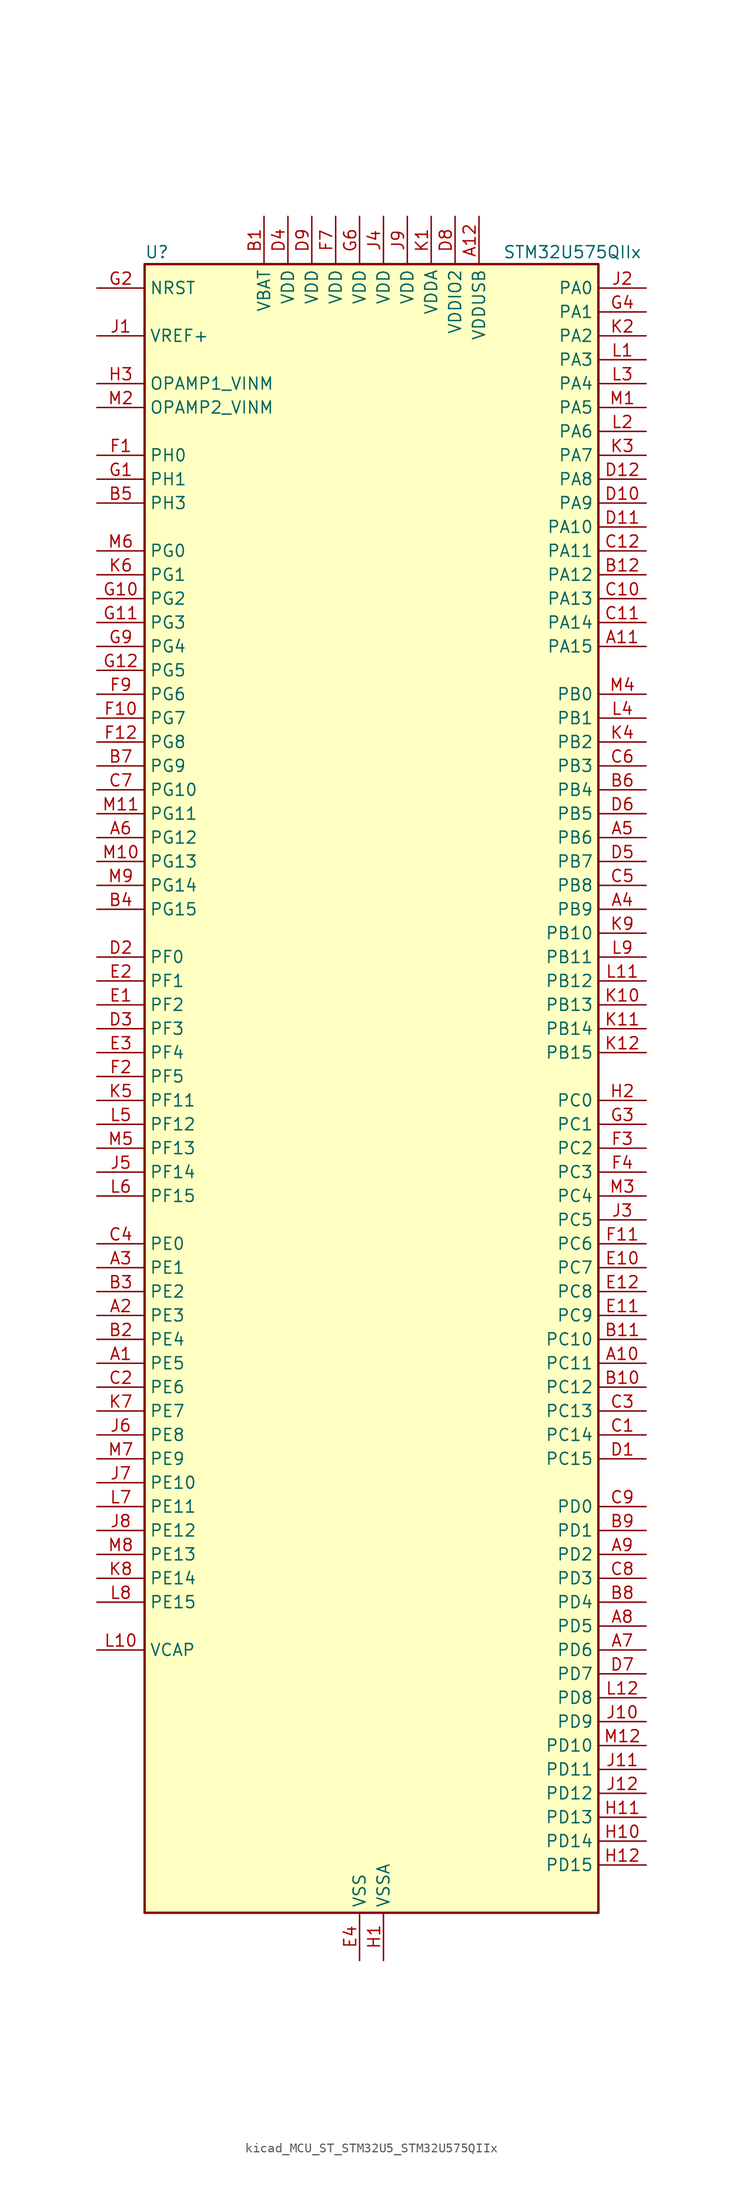
<source format=kicad_sym>
(kicad_symbol_lib
  (version 20220914)
  (generator kicad_symbol_editor)
  (symbol "kicad_MCU_ST_STM32U5_STM32U575QIIx"
    (property "Reference" "U"
      (at -22.86 90.17 0)
      (effects (font (size 1.27 1.27)) (justify left)))
    (property "Value" "STM32U575QIIx"
      (at 15.24 90.17 0)
      (effects (font (size 1.27 1.27)) (justify left)))
    (property "ki_locked" ""
      (at 0 0 0)
      (effects (font (size 1.27 1.27))))
    (symbol "kicad_MCU_ST_STM32U5_STM32U575QIIx_0_1"
      (rectangle (start -22.86 -86.36) (end 25.4 88.9) (stroke (width 0.254) (type default)) (fill (type background))))
    (symbol "kicad_MCU_ST_STM32U5_STM32U575QIIx_1_1"
      (pin bidirectional line (at -27.94 -27.94 0) (length 5.08) (name "PE5" (effects (font (size 1.27 1.27)))) (number "A1" (effects (font (size 1.27 1.27)))) (alternate "DCMI_D6" bidirectional line) (alternate "DEBUG_TRACED2" bidirectional line) (alternate "FMC_A21" bidirectional line) (alternate "MDF1_CKI3" bidirectional line) (alternate "PSSI_D6" bidirectional line) (alternate "PWR_WKUP2" bidirectional line) (alternate "SAI1_CK2" bidirectional line) (alternate "SAI1_SCK_A" bidirectional line) (alternate "TAMP_IN8" bidirectional line) (alternate "TAMP_OUT7" bidirectional line) (alternate "TIM3_CH3" bidirectional line) (alternate "TSC_G7_IO4" bidirectional line))
      (pin bidirectional line (at 30.48 -27.94 180) (length 5.08) (name "PC11" (effects (font (size 1.27 1.27)))) (number "A10" (effects (font (size 1.27 1.27)))) (alternate "ADC1_EXTI11" bidirectional line) (alternate "ADF1_SDI0" bidirectional line) (alternate "DCMI_D2" bidirectional line) (alternate "DCMI_D4" bidirectional line) (alternate "LPTIM3_IN1" bidirectional line) (alternate "OCTOSPIM_P1_NCS" bidirectional line) (alternate "PSSI_D2" bidirectional line) (alternate "PSSI_D4" bidirectional line) (alternate "SAI2_MCLK_B" bidirectional line) (alternate "SDMMC1_D3" bidirectional line) (alternate "SPI3_MISO" bidirectional line) (alternate "TSC_G3_IO3" bidirectional line) (alternate "UART4_RX" bidirectional line) (alternate "UCPD1_FRSTX2" bidirectional line) (alternate "USART3_RX" bidirectional line))
      (pin bidirectional line (at 30.48 48.26 180) (length 5.08) (name "PA15" (effects (font (size 1.27 1.27)))) (number "A11" (effects (font (size 1.27 1.27)))) (alternate "ADC1_EXTI15" bidirectional line) (alternate "ADC4_EXTI15" bidirectional line) (alternate "DEBUG_JTDI" bidirectional line) (alternate "SAI2_FS_B" bidirectional line) (alternate "SPI1_NSS" bidirectional line) (alternate "SPI3_NSS" bidirectional line) (alternate "TIM2_CH1" bidirectional line) (alternate "TIM2_ETR" bidirectional line) (alternate "UART4_DE" bidirectional line) (alternate "UART4_RTS" bidirectional line) (alternate "UCPD1_CC1" bidirectional line) (alternate "USART2_RX" bidirectional line) (alternate "USART3_DE" bidirectional line) (alternate "USART3_RTS" bidirectional line))
      (pin power_in line (at 12.7 93.98 270) (length 5.08) (name "VDDUSB" (effects (font (size 1.27 1.27)))) (number "A12" (effects (font (size 1.27 1.27)))))
      (pin bidirectional line (at -27.94 -22.86 0) (length 5.08) (name "PE3" (effects (font (size 1.27 1.27)))) (number "A2" (effects (font (size 1.27 1.27)))) (alternate "DEBUG_TRACED0" bidirectional line) (alternate "FMC_A19" bidirectional line) (alternate "OCTOSPIM_P1_DQS" bidirectional line) (alternate "SAI1_SD_B" bidirectional line) (alternate "TAMP_IN6" bidirectional line) (alternate "TAMP_OUT3" bidirectional line) (alternate "TIM3_CH1" bidirectional line) (alternate "TSC_G7_IO2" bidirectional line))
      (pin bidirectional line (at -27.94 -17.78 0) (length 5.08) (name "PE1" (effects (font (size 1.27 1.27)))) (number "A3" (effects (font (size 1.27 1.27)))) (alternate "DCMI_D3" bidirectional line) (alternate "FMC_NBL1" bidirectional line) (alternate "PSSI_D3" bidirectional line) (alternate "TIM17_CH1" bidirectional line))
      (pin bidirectional line (at 30.48 20.32 180) (length 5.08) (name "PB9" (effects (font (size 1.27 1.27)))) (number "A4" (effects (font (size 1.27 1.27)))) (alternate "DAC1_EXTI9" bidirectional line) (alternate "DCMI_D7" bidirectional line) (alternate "FDCAN1_TX" bidirectional line) (alternate "I2C1_SDA" bidirectional line) (alternate "IR_OUT" bidirectional line) (alternate "PSSI_D7" bidirectional line) (alternate "SAI1_D2" bidirectional line) (alternate "SAI1_FS_A" bidirectional line) (alternate "SDMMC1_CDIR" bidirectional line) (alternate "SDMMC1_D5" bidirectional line) (alternate "SDMMC2_D5" bidirectional line) (alternate "SPI2_NSS" bidirectional line) (alternate "TIM17_CH1" bidirectional line) (alternate "TIM4_CH4" bidirectional line))
      (pin bidirectional line (at 30.48 27.94 180) (length 5.08) (name "PB6" (effects (font (size 1.27 1.27)))) (number "A5" (effects (font (size 1.27 1.27)))) (alternate "COMP2_INP" bidirectional line) (alternate "DCMI_D5" bidirectional line) (alternate "I2C1_SCL" bidirectional line) (alternate "I2C4_SCL" bidirectional line) (alternate "LPTIM1_ETR" bidirectional line) (alternate "MDF1_SDI5" bidirectional line) (alternate "PSSI_D5" bidirectional line) (alternate "PWR_WKUP3" bidirectional line) (alternate "SAI1_FS_B" bidirectional line) (alternate "TIM16_CH1N" bidirectional line) (alternate "TIM4_CH1" bidirectional line) (alternate "TIM8_BKIN2" bidirectional line) (alternate "TSC_G2_IO3" bidirectional line) (alternate "USART1_TX" bidirectional line))
      (pin bidirectional line (at -27.94 27.94 0) (length 5.08) (name "PG12" (effects (font (size 1.27 1.27)))) (number "A6" (effects (font (size 1.27 1.27)))) (alternate "FMC_NE4" bidirectional line) (alternate "LPTIM1_ETR" bidirectional line) (alternate "OCTOSPIM_P2_NCS" bidirectional line) (alternate "SAI2_SD_A" bidirectional line) (alternate "SPI3_NSS" bidirectional line) (alternate "USART1_DE" bidirectional line) (alternate "USART1_RTS" bidirectional line))
      (pin bidirectional line (at 30.48 -58.42 180) (length 5.08) (name "PD6" (effects (font (size 1.27 1.27)))) (number "A7" (effects (font (size 1.27 1.27)))) (alternate "DCMI_D10" bidirectional line) (alternate "FMC_NWAIT" bidirectional line) (alternate "MDF1_SDI1" bidirectional line) (alternate "OCTOSPIM_P1_IO6" bidirectional line) (alternate "PSSI_D10" bidirectional line) (alternate "SAI1_D1" bidirectional line) (alternate "SAI1_SD_A" bidirectional line) (alternate "SDMMC2_CK" bidirectional line) (alternate "SPI3_MOSI" bidirectional line) (alternate "USART2_RX" bidirectional line))
      (pin bidirectional line (at 30.48 -55.88 180) (length 5.08) (name "PD5" (effects (font (size 1.27 1.27)))) (number "A8" (effects (font (size 1.27 1.27)))) (alternate "FMC_NWE" bidirectional line) (alternate "OCTOSPIM_P1_IO5" bidirectional line) (alternate "SPI2_RDY" bidirectional line) (alternate "USART2_TX" bidirectional line))
      (pin bidirectional line (at 30.48 -48.26 180) (length 5.08) (name "PD2" (effects (font (size 1.27 1.27)))) (number "A9" (effects (font (size 1.27 1.27)))) (alternate "DCMI_D11" bidirectional line) (alternate "DEBUG_TRACED2" bidirectional line) (alternate "LPTIM4_ETR" bidirectional line) (alternate "PSSI_D11" bidirectional line) (alternate "SDMMC1_CMD" bidirectional line) (alternate "TIM3_ETR" bidirectional line) (alternate "TSC_SYNC" bidirectional line) (alternate "UART5_RX" bidirectional line) (alternate "USART3_DE" bidirectional line) (alternate "USART3_RTS" bidirectional line))
      (pin power_in line (at -10.16 93.98 270) (length 5.08) (name "VBAT" (effects (font (size 1.27 1.27)))) (number "B1" (effects (font (size 1.27 1.27)))))
      (pin bidirectional line (at 30.48 -30.48 180) (length 5.08) (name "PC12" (effects (font (size 1.27 1.27)))) (number "B10" (effects (font (size 1.27 1.27)))) (alternate "DCMI_D9" bidirectional line) (alternate "DEBUG_TRACED3" bidirectional line) (alternate "PSSI_D9" bidirectional line) (alternate "SAI2_SD_B" bidirectional line) (alternate "SDMMC1_CK" bidirectional line) (alternate "SPI3_MOSI" bidirectional line) (alternate "TSC_G3_IO4" bidirectional line) (alternate "UART5_TX" bidirectional line) (alternate "USART3_CK" bidirectional line))
      (pin bidirectional line (at 30.48 -25.4 180) (length 5.08) (name "PC10" (effects (font (size 1.27 1.27)))) (number "B11" (effects (font (size 1.27 1.27)))) (alternate "ADF1_CCK1" bidirectional line) (alternate "DCMI_D8" bidirectional line) (alternate "DEBUG_TRACED1" bidirectional line) (alternate "LPTIM3_ETR" bidirectional line) (alternate "PSSI_D8" bidirectional line) (alternate "SAI2_SCK_B" bidirectional line) (alternate "SDMMC1_D2" bidirectional line) (alternate "SPI3_SCK" bidirectional line) (alternate "TSC_G3_IO2" bidirectional line) (alternate "UART4_TX" bidirectional line) (alternate "USART3_TX" bidirectional line))
      (pin bidirectional line (at 30.48 55.88 180) (length 5.08) (name "PA12" (effects (font (size 1.27 1.27)))) (number "B12" (effects (font (size 1.27 1.27)))) (alternate "FDCAN1_TX" bidirectional line) (alternate "OCTOSPIM_P2_NCS" bidirectional line) (alternate "SPI1_MOSI" bidirectional line) (alternate "TIM1_ETR" bidirectional line) (alternate "USART1_DE" bidirectional line) (alternate "USART1_RTS" bidirectional line) (alternate "USB_OTG_FS_DP" bidirectional line))
      (pin bidirectional line (at -27.94 -25.4 0) (length 5.08) (name "PE4" (effects (font (size 1.27 1.27)))) (number "B2" (effects (font (size 1.27 1.27)))) (alternate "DCMI_D4" bidirectional line) (alternate "DEBUG_TRACED1" bidirectional line) (alternate "FMC_A20" bidirectional line) (alternate "MDF1_SDI3" bidirectional line) (alternate "PSSI_D4" bidirectional line) (alternate "PWR_WKUP1" bidirectional line) (alternate "SAI1_D2" bidirectional line) (alternate "SAI1_FS_A" bidirectional line) (alternate "TAMP_IN7" bidirectional line) (alternate "TAMP_OUT8" bidirectional line) (alternate "TIM3_CH2" bidirectional line) (alternate "TSC_G7_IO3" bidirectional line))
      (pin bidirectional line (at -27.94 -20.32 0) (length 5.08) (name "PE2" (effects (font (size 1.27 1.27)))) (number "B3" (effects (font (size 1.27 1.27)))) (alternate "DEBUG_TRACECLK" bidirectional line) (alternate "FMC_A23" bidirectional line) (alternate "SAI1_CK1" bidirectional line) (alternate "SAI1_MCLK_A" bidirectional line) (alternate "TIM3_ETR" bidirectional line) (alternate "TSC_G7_IO1" bidirectional line))
      (pin bidirectional line (at -27.94 20.32 0) (length 5.08) (name "PG15" (effects (font (size 1.27 1.27)))) (number "B4" (effects (font (size 1.27 1.27)))) (alternate "ADC1_EXTI15" bidirectional line) (alternate "ADC4_EXTI15" bidirectional line) (alternate "DCMI_D13" bidirectional line) (alternate "I2C1_SMBA" bidirectional line) (alternate "LPTIM1_CH1" bidirectional line) (alternate "OCTOSPIM_P2_DQS" bidirectional line) (alternate "PSSI_D13" bidirectional line))
      (pin bidirectional line (at -27.94 63.5 0) (length 5.08) (name "PH3" (effects (font (size 1.27 1.27)))) (number "B5" (effects (font (size 1.27 1.27)))))
      (pin bidirectional line (at 30.48 33.02 180) (length 5.08) (name "PB4" (effects (font (size 1.27 1.27)))) (number "B6" (effects (font (size 1.27 1.27)))) (alternate "ADF1_SDI0" bidirectional line) (alternate "COMP2_INP" bidirectional line) (alternate "DCMI_D12" bidirectional line) (alternate "DEBUG_JTRST" bidirectional line) (alternate "I2C3_SDA" bidirectional line) (alternate "LPTIM1_CH2" bidirectional line) (alternate "PSSI_D12" bidirectional line) (alternate "SAI1_MCLK_B" bidirectional line) (alternate "SDMMC2_D3" bidirectional line) (alternate "SPI1_MISO" bidirectional line) (alternate "SPI3_MISO" bidirectional line) (alternate "TIM17_BKIN" bidirectional line) (alternate "TIM3_CH1" bidirectional line) (alternate "TSC_G2_IO1" bidirectional line) (alternate "UART5_DE" bidirectional line) (alternate "UART5_RTS" bidirectional line) (alternate "USART1_CTS" bidirectional line))
      (pin bidirectional line (at -27.94 35.56 0) (length 5.08) (name "PG9" (effects (font (size 1.27 1.27)))) (number "B7" (effects (font (size 1.27 1.27)))) (alternate "DAC1_EXTI9" bidirectional line) (alternate "FMC_NCE" bidirectional line) (alternate "FMC_NE2" bidirectional line) (alternate "OCTOSPIM_P2_IO6" bidirectional line) (alternate "SAI2_SCK_A" bidirectional line) (alternate "SPI3_SCK" bidirectional line) (alternate "TIM15_CH1N" bidirectional line) (alternate "USART1_TX" bidirectional line))
      (pin bidirectional line (at 30.48 -53.34 180) (length 5.08) (name "PD4" (effects (font (size 1.27 1.27)))) (number "B8" (effects (font (size 1.27 1.27)))) (alternate "FMC_NOE" bidirectional line) (alternate "MDF1_CKI0" bidirectional line) (alternate "OCTOSPIM_P1_IO4" bidirectional line) (alternate "SPI2_MOSI" bidirectional line) (alternate "USART2_DE" bidirectional line) (alternate "USART2_RTS" bidirectional line))
      (pin bidirectional line (at 30.48 -45.72 180) (length 5.08) (name "PD1" (effects (font (size 1.27 1.27)))) (number "B9" (effects (font (size 1.27 1.27)))) (alternate "FDCAN1_TX" bidirectional line) (alternate "FMC_D3" bidirectional line) (alternate "FMC_DA3" bidirectional line) (alternate "SPI2_SCK" bidirectional line))
      (pin bidirectional line (at 30.48 -35.56 180) (length 5.08) (name "PC14" (effects (font (size 1.27 1.27)))) (number "C1" (effects (font (size 1.27 1.27)))) (alternate "RCC_OSC32_IN" bidirectional line))
      (pin bidirectional line (at 30.48 53.34 180) (length 5.08) (name "PA13" (effects (font (size 1.27 1.27)))) (number "C10" (effects (font (size 1.27 1.27)))) (alternate "DEBUG_JTMS-SWDIO" bidirectional line) (alternate "IR_OUT" bidirectional line) (alternate "SAI1_SD_B" bidirectional line) (alternate "USB_OTG_FS_NOE" bidirectional line))
      (pin bidirectional line (at 30.48 50.8 180) (length 5.08) (name "PA14" (effects (font (size 1.27 1.27)))) (number "C11" (effects (font (size 1.27 1.27)))) (alternate "DEBUG_JTCK-SWCLK" bidirectional line) (alternate "I2C1_SMBA" bidirectional line) (alternate "I2C4_SMBA" bidirectional line) (alternate "LPTIM1_CH1" bidirectional line) (alternate "SAI1_FS_B" bidirectional line) (alternate "USB_OTG_FS_SOF" bidirectional line))
      (pin bidirectional line (at 30.48 58.42 180) (length 5.08) (name "PA11" (effects (font (size 1.27 1.27)))) (number "C12" (effects (font (size 1.27 1.27)))) (alternate "ADC1_EXTI11" bidirectional line) (alternate "FDCAN1_RX" bidirectional line) (alternate "SPI1_MISO" bidirectional line) (alternate "TIM1_BKIN2" bidirectional line) (alternate "TIM1_CH4" bidirectional line) (alternate "USART1_CTS" bidirectional line) (alternate "USB_OTG_FS_DM" bidirectional line))
      (pin bidirectional line (at -27.94 -30.48 0) (length 5.08) (name "PE6" (effects (font (size 1.27 1.27)))) (number "C2" (effects (font (size 1.27 1.27)))) (alternate "DCMI_D7" bidirectional line) (alternate "DEBUG_TRACED3" bidirectional line) (alternate "FMC_A22" bidirectional line) (alternate "PSSI_D7" bidirectional line) (alternate "PWR_WKUP3" bidirectional line) (alternate "SAI1_D1" bidirectional line) (alternate "SAI1_SD_A" bidirectional line) (alternate "TAMP_IN3" bidirectional line) (alternate "TAMP_OUT6" bidirectional line) (alternate "TIM3_CH4" bidirectional line))
      (pin bidirectional line (at 30.48 -33.02 180) (length 5.08) (name "PC13" (effects (font (size 1.27 1.27)))) (number "C3" (effects (font (size 1.27 1.27)))) (alternate "PWR_WKUP2" bidirectional line) (alternate "RTC_OUT1" bidirectional line) (alternate "RTC_TS" bidirectional line) (alternate "TAMP_IN1" bidirectional line) (alternate "TAMP_OUT2" bidirectional line))
      (pin bidirectional line (at -27.94 -15.24 0) (length 5.08) (name "PE0" (effects (font (size 1.27 1.27)))) (number "C4" (effects (font (size 1.27 1.27)))) (alternate "DCMI_D2" bidirectional line) (alternate "FMC_NBL0" bidirectional line) (alternate "PSSI_D2" bidirectional line) (alternate "TIM16_CH1" bidirectional line) (alternate "TIM4_ETR" bidirectional line))
      (pin bidirectional line (at 30.48 22.86 180) (length 5.08) (name "PB8" (effects (font (size 1.27 1.27)))) (number "C5" (effects (font (size 1.27 1.27)))) (alternate "DCMI_D6" bidirectional line) (alternate "FDCAN1_RX" bidirectional line) (alternate "I2C1_SCL" bidirectional line) (alternate "MDF1_CCK0" bidirectional line) (alternate "PSSI_D6" bidirectional line) (alternate "PWR_WKUP5" bidirectional line) (alternate "SAI1_CK1" bidirectional line) (alternate "SAI1_MCLK_A" bidirectional line) (alternate "SDMMC1_CKIN" bidirectional line) (alternate "SDMMC1_D4" bidirectional line) (alternate "SDMMC2_D4" bidirectional line) (alternate "SPI3_RDY" bidirectional line) (alternate "TIM16_CH1" bidirectional line) (alternate "TIM4_CH3" bidirectional line))
      (pin bidirectional line (at 30.48 35.56 180) (length 5.08) (name "PB3" (effects (font (size 1.27 1.27)))) (number "C6" (effects (font (size 1.27 1.27)))) (alternate "ADF1_CCK0" bidirectional line) (alternate "COMP2_INM" bidirectional line) (alternate "CRS_SYNC" bidirectional line) (alternate "DEBUG_JTDO-SWO" bidirectional line) (alternate "I2C1_SDA" bidirectional line) (alternate "LPTIM1_CH1" bidirectional line) (alternate "SAI1_SCK_B" bidirectional line) (alternate "SDMMC2_D2" bidirectional line) (alternate "SPI1_SCK" bidirectional line) (alternate "SPI3_SCK" bidirectional line) (alternate "TIM2_CH2" bidirectional line) (alternate "USART1_DE" bidirectional line) (alternate "USART1_RTS" bidirectional line))
      (pin bidirectional line (at -27.94 33.02 0) (length 5.08) (name "PG10" (effects (font (size 1.27 1.27)))) (number "C7" (effects (font (size 1.27 1.27)))) (alternate "FMC_NE3" bidirectional line) (alternate "LPTIM1_IN1" bidirectional line) (alternate "OCTOSPIM_P2_IO7" bidirectional line) (alternate "SAI2_FS_A" bidirectional line) (alternate "SPI3_MISO" bidirectional line) (alternate "TIM15_CH1" bidirectional line) (alternate "USART1_RX" bidirectional line))
      (pin bidirectional line (at 30.48 -50.8 180) (length 5.08) (name "PD3" (effects (font (size 1.27 1.27)))) (number "C8" (effects (font (size 1.27 1.27)))) (alternate "DCMI_D5" bidirectional line) (alternate "FMC_CLK" bidirectional line) (alternate "MDF1_SDI0" bidirectional line) (alternate "OCTOSPIM_P2_NCS" bidirectional line) (alternate "PSSI_D5" bidirectional line) (alternate "SPI2_MISO" bidirectional line) (alternate "SPI2_SCK" bidirectional line) (alternate "USART2_CTS" bidirectional line))
      (pin bidirectional line (at 30.48 -43.18 180) (length 5.08) (name "PD0" (effects (font (size 1.27 1.27)))) (number "C9" (effects (font (size 1.27 1.27)))) (alternate "FDCAN1_RX" bidirectional line) (alternate "FMC_D2" bidirectional line) (alternate "FMC_DA2" bidirectional line) (alternate "SPI2_NSS" bidirectional line) (alternate "TIM8_CH4N" bidirectional line))
      (pin bidirectional line (at 30.48 -38.1 180) (length 5.08) (name "PC15" (effects (font (size 1.27 1.27)))) (number "D1" (effects (font (size 1.27 1.27)))) (alternate "ADC1_EXTI15" bidirectional line) (alternate "ADC4_EXTI15" bidirectional line) (alternate "RCC_OSC32_OUT" bidirectional line))
      (pin bidirectional line (at 30.48 63.5 180) (length 5.08) (name "PA9" (effects (font (size 1.27 1.27)))) (number "D10" (effects (font (size 1.27 1.27)))) (alternate "DAC1_EXTI9" bidirectional line) (alternate "DCMI_D0" bidirectional line) (alternate "PSSI_D0" bidirectional line) (alternate "SAI1_FS_A" bidirectional line) (alternate "SPI2_SCK" bidirectional line) (alternate "TIM15_BKIN" bidirectional line) (alternate "TIM1_CH2" bidirectional line) (alternate "USART1_TX" bidirectional line) (alternate "USB_OTG_FS_VBUS" bidirectional line))
      (pin bidirectional line (at 30.48 60.96 180) (length 5.08) (name "PA10" (effects (font (size 1.27 1.27)))) (number "D11" (effects (font (size 1.27 1.27)))) (alternate "CRS_SYNC" bidirectional line) (alternate "DCMI_D1" bidirectional line) (alternate "LPTIM2_IN2" bidirectional line) (alternate "PSSI_D1" bidirectional line) (alternate "SAI1_D1" bidirectional line) (alternate "SAI1_SD_A" bidirectional line) (alternate "TIM17_BKIN" bidirectional line) (alternate "TIM1_CH3" bidirectional line) (alternate "USART1_RX" bidirectional line) (alternate "USB_OTG_FS_ID" bidirectional line))
      (pin bidirectional line (at 30.48 66.04 180) (length 5.08) (name "PA8" (effects (font (size 1.27 1.27)))) (number "D12" (effects (font (size 1.27 1.27)))) (alternate "DEBUG_TRACECLK" bidirectional line) (alternate "LPTIM2_CH1" bidirectional line) (alternate "RCC_MCO" bidirectional line) (alternate "SAI1_CK2" bidirectional line) (alternate "SAI1_SCK_A" bidirectional line) (alternate "SPI1_RDY" bidirectional line) (alternate "TIM1_CH1" bidirectional line) (alternate "USART1_CK" bidirectional line) (alternate "USB_OTG_FS_SOF" bidirectional line))
      (pin bidirectional line (at -27.94 15.24 0) (length 5.08) (name "PF0" (effects (font (size 1.27 1.27)))) (number "D2" (effects (font (size 1.27 1.27)))) (alternate "FMC_A0" bidirectional line) (alternate "I2C2_SDA" bidirectional line) (alternate "OCTOSPIM_P2_IO0" bidirectional line))
      (pin bidirectional line (at -27.94 7.62 0) (length 5.08) (name "PF3" (effects (font (size 1.27 1.27)))) (number "D3" (effects (font (size 1.27 1.27)))) (alternate "FMC_A3" bidirectional line) (alternate "LPTIM3_IN1" bidirectional line) (alternate "OCTOSPIM_P2_IO3" bidirectional line))
      (pin power_in line (at -7.62 93.98 270) (length 5.08) (name "VDD" (effects (font (size 1.27 1.27)))) (number "D4" (effects (font (size 1.27 1.27)))))
      (pin bidirectional line (at 30.48 25.4 180) (length 5.08) (name "PB7" (effects (font (size 1.27 1.27)))) (number "D5" (effects (font (size 1.27 1.27)))) (alternate "COMP2_INM" bidirectional line) (alternate "DCMI_VSYNC" bidirectional line) (alternate "FMC_NL" bidirectional line) (alternate "I2C1_SDA" bidirectional line) (alternate "I2C4_SDA" bidirectional line) (alternate "LPTIM1_IN2" bidirectional line) (alternate "MDF1_CKI5" bidirectional line) (alternate "PSSI_RDY" bidirectional line) (alternate "PWR_PVD_IN" bidirectional line) (alternate "PWR_WKUP4" bidirectional line) (alternate "TIM17_CH1N" bidirectional line) (alternate "TIM4_CH2" bidirectional line) (alternate "TIM8_BKIN" bidirectional line) (alternate "TSC_G2_IO4" bidirectional line) (alternate "UART4_CTS" bidirectional line) (alternate "USART1_RX" bidirectional line))
      (pin bidirectional line (at 30.48 30.48 180) (length 5.08) (name "PB5" (effects (font (size 1.27 1.27)))) (number "D6" (effects (font (size 1.27 1.27)))) (alternate "COMP2_OUT" bidirectional line) (alternate "DCMI_D10" bidirectional line) (alternate "I2C1_SMBA" bidirectional line) (alternate "LPTIM1_IN1" bidirectional line) (alternate "OCTOSPIM_P1_NCLK" bidirectional line) (alternate "PSSI_D10" bidirectional line) (alternate "PWR_WKUP6" bidirectional line) (alternate "SAI1_SD_B" bidirectional line) (alternate "SPI1_MOSI" bidirectional line) (alternate "SPI3_MOSI" bidirectional line) (alternate "TIM16_BKIN" bidirectional line) (alternate "TIM3_CH2" bidirectional line) (alternate "TSC_G2_IO2" bidirectional line) (alternate "UART5_CTS" bidirectional line) (alternate "UCPD1_DBCC1" bidirectional line) (alternate "USART1_CK" bidirectional line))
      (pin bidirectional line (at 30.48 -60.96 180) (length 5.08) (name "PD7" (effects (font (size 1.27 1.27)))) (number "D7" (effects (font (size 1.27 1.27)))) (alternate "FMC_NCE" bidirectional line) (alternate "FMC_NE1" bidirectional line) (alternate "LPTIM4_OUT" bidirectional line) (alternate "MDF1_CKI1" bidirectional line) (alternate "OCTOSPIM_P1_IO7" bidirectional line) (alternate "SDMMC2_CMD" bidirectional line) (alternate "USART2_CK" bidirectional line))
      (pin power_in line (at 10.16 93.98 270) (length 5.08) (name "VDDIO2" (effects (font (size 1.27 1.27)))) (number "D8" (effects (font (size 1.27 1.27)))))
      (pin power_in line (at -5.08 93.98 270) (length 5.08) (name "VDD" (effects (font (size 1.27 1.27)))) (number "D9" (effects (font (size 1.27 1.27)))))
      (pin bidirectional line (at -27.94 10.16 0) (length 5.08) (name "PF2" (effects (font (size 1.27 1.27)))) (number "E1" (effects (font (size 1.27 1.27)))) (alternate "FMC_A2" bidirectional line) (alternate "I2C2_SMBA" bidirectional line) (alternate "LPTIM3_CH2" bidirectional line) (alternate "OCTOSPIM_P2_IO2" bidirectional line) (alternate "PWR_WKUP8" bidirectional line))
      (pin bidirectional line (at 30.48 -17.78 180) (length 5.08) (name "PC7" (effects (font (size 1.27 1.27)))) (number "E10" (effects (font (size 1.27 1.27)))) (alternate "DCMI_D1" bidirectional line) (alternate "LPTIM2_CH2" bidirectional line) (alternate "MDF1_SDI3" bidirectional line) (alternate "PSSI_D1" bidirectional line) (alternate "PWR_CDSTOP" bidirectional line) (alternate "SAI2_MCLK_B" bidirectional line) (alternate "SDMMC1_D123DIR" bidirectional line) (alternate "SDMMC1_D7" bidirectional line) (alternate "SDMMC2_D7" bidirectional line) (alternate "TIM3_CH2" bidirectional line) (alternate "TIM8_CH2" bidirectional line) (alternate "TSC_G4_IO2" bidirectional line))
      (pin bidirectional line (at 30.48 -22.86 180) (length 5.08) (name "PC9" (effects (font (size 1.27 1.27)))) (number "E11" (effects (font (size 1.27 1.27)))) (alternate "DAC1_EXTI9" bidirectional line) (alternate "DCMI_D3" bidirectional line) (alternate "DEBUG_TRACED0" bidirectional line) (alternate "LPTIM3_CH2" bidirectional line) (alternate "PSSI_D3" bidirectional line) (alternate "SDMMC1_D1" bidirectional line) (alternate "TIM3_CH4" bidirectional line) (alternate "TIM8_BKIN2" bidirectional line) (alternate "TIM8_CH4" bidirectional line) (alternate "TSC_G4_IO4" bidirectional line) (alternate "USB_OTG_FS_NOE" bidirectional line))
      (pin bidirectional line (at 30.48 -20.32 180) (length 5.08) (name "PC8" (effects (font (size 1.27 1.27)))) (number "E12" (effects (font (size 1.27 1.27)))) (alternate "DCMI_D2" bidirectional line) (alternate "LPTIM3_CH1" bidirectional line) (alternate "PSSI_D2" bidirectional line) (alternate "PWR_SRDSTOP" bidirectional line) (alternate "SDMMC1_D0" bidirectional line) (alternate "TIM3_CH3" bidirectional line) (alternate "TIM8_CH3" bidirectional line) (alternate "TSC_G4_IO3" bidirectional line))
      (pin bidirectional line (at -27.94 12.7 0) (length 5.08) (name "PF1" (effects (font (size 1.27 1.27)))) (number "E2" (effects (font (size 1.27 1.27)))) (alternate "FMC_A1" bidirectional line) (alternate "I2C2_SCL" bidirectional line) (alternate "OCTOSPIM_P2_IO1" bidirectional line))
      (pin bidirectional line (at -27.94 5.08 0) (length 5.08) (name "PF4" (effects (font (size 1.27 1.27)))) (number "E3" (effects (font (size 1.27 1.27)))) (alternate "FMC_A4" bidirectional line) (alternate "LPTIM3_ETR" bidirectional line) (alternate "OCTOSPIM_P2_CLK" bidirectional line))
      (pin power_in line (at 0 -91.44 90) (length 5.08) (name "VSS" (effects (font (size 1.27 1.27)))) (number "E4" (effects (font (size 1.27 1.27)))))
      (pin passive line (at 0 -91.44 90) (length 5.08) hide (name "VSS" (effects (font (size 1.27 1.27)))) (number "E9" (effects (font (size 1.27 1.27)))))
      (pin bidirectional line (at -27.94 68.58 0) (length 5.08) (name "PH0" (effects (font (size 1.27 1.27)))) (number "F1" (effects (font (size 1.27 1.27)))) (alternate "RCC_OSC_IN" bidirectional line))
      (pin bidirectional line (at -27.94 40.64 0) (length 5.08) (name "PG7" (effects (font (size 1.27 1.27)))) (number "F10" (effects (font (size 1.27 1.27)))) (alternate "FMC_INT" bidirectional line) (alternate "I2C3_SCL" bidirectional line) (alternate "LPUART1_TX" bidirectional line) (alternate "MDF1_CCK0" bidirectional line) (alternate "OCTOSPIM_P2_DQS" bidirectional line) (alternate "SAI1_CK1" bidirectional line) (alternate "SAI1_MCLK_A" bidirectional line) (alternate "UCPD1_FRSTX2" bidirectional line))
      (pin bidirectional line (at 30.48 -15.24 180) (length 5.08) (name "PC6" (effects (font (size 1.27 1.27)))) (number "F11" (effects (font (size 1.27 1.27)))) (alternate "DCMI_D0" bidirectional line) (alternate "MDF1_CKI3" bidirectional line) (alternate "PSSI_D0" bidirectional line) (alternate "PWR_CSLEEP" bidirectional line) (alternate "SAI2_MCLK_A" bidirectional line) (alternate "SDMMC1_D0DIR" bidirectional line) (alternate "SDMMC1_D6" bidirectional line) (alternate "SDMMC2_D6" bidirectional line) (alternate "TIM3_CH1" bidirectional line) (alternate "TIM8_CH1" bidirectional line) (alternate "TSC_G4_IO1" bidirectional line))
      (pin bidirectional line (at -27.94 38.1 0) (length 5.08) (name "PG8" (effects (font (size 1.27 1.27)))) (number "F12" (effects (font (size 1.27 1.27)))) (alternate "I2C3_SDA" bidirectional line) (alternate "LPUART1_RX" bidirectional line))
      (pin bidirectional line (at -27.94 2.54 0) (length 5.08) (name "PF5" (effects (font (size 1.27 1.27)))) (number "F2" (effects (font (size 1.27 1.27)))) (alternate "FMC_A5" bidirectional line) (alternate "LPTIM3_CH1" bidirectional line) (alternate "OCTOSPIM_P2_NCLK" bidirectional line))
      (pin bidirectional line (at 30.48 -5.08 180) (length 5.08) (name "PC2" (effects (font (size 1.27 1.27)))) (number "F3" (effects (font (size 1.27 1.27)))) (alternate "ADC1_IN3" bidirectional line) (alternate "ADC4_IN3" bidirectional line) (alternate "LPTIM1_IN2" bidirectional line) (alternate "MDF1_CCK1" bidirectional line) (alternate "OCTOSPIM_P1_IO5" bidirectional line) (alternate "SPI2_MISO" bidirectional line))
      (pin bidirectional line (at 30.48 -7.62 180) (length 5.08) (name "PC3" (effects (font (size 1.27 1.27)))) (number "F4" (effects (font (size 1.27 1.27)))) (alternate "ADC1_IN4" bidirectional line) (alternate "ADC4_IN4" bidirectional line) (alternate "LPTIM1_ETR" bidirectional line) (alternate "LPTIM2_ETR" bidirectional line) (alternate "LPTIM3_CH1" bidirectional line) (alternate "OCTOSPIM_P1_IO6" bidirectional line) (alternate "SAI1_D1" bidirectional line) (alternate "SAI1_SD_A" bidirectional line) (alternate "SPI2_MOSI" bidirectional line))
      (pin passive line (at 0 -91.44 90) (length 5.08) hide (name "VSS" (effects (font (size 1.27 1.27)))) (number "F6" (effects (font (size 1.27 1.27)))))
      (pin power_in line (at -2.54 93.98 270) (length 5.08) (name "VDD" (effects (font (size 1.27 1.27)))) (number "F7" (effects (font (size 1.27 1.27)))))
      (pin bidirectional line (at -27.94 43.18 0) (length 5.08) (name "PG6" (effects (font (size 1.27 1.27)))) (number "F9" (effects (font (size 1.27 1.27)))) (alternate "I2C3_SMBA" bidirectional line) (alternate "LPUART1_DE" bidirectional line) (alternate "LPUART1_RTS" bidirectional line) (alternate "OCTOSPIM_P1_DQS" bidirectional line) (alternate "SPI1_RDY" bidirectional line) (alternate "UCPD1_FRSTX1" bidirectional line))
      (pin bidirectional line (at -27.94 66.04 0) (length 5.08) (name "PH1" (effects (font (size 1.27 1.27)))) (number "G1" (effects (font (size 1.27 1.27)))) (alternate "RCC_OSC_OUT" bidirectional line))
      (pin bidirectional line (at -27.94 53.34 0) (length 5.08) (name "PG2" (effects (font (size 1.27 1.27)))) (number "G10" (effects (font (size 1.27 1.27)))) (alternate "FMC_A12" bidirectional line) (alternate "SAI2_SCK_B" bidirectional line) (alternate "SPI1_SCK" bidirectional line))
      (pin bidirectional line (at -27.94 50.8 0) (length 5.08) (name "PG3" (effects (font (size 1.27 1.27)))) (number "G11" (effects (font (size 1.27 1.27)))) (alternate "FMC_A13" bidirectional line) (alternate "SAI2_FS_B" bidirectional line) (alternate "SPI1_MISO" bidirectional line))
      (pin bidirectional line (at -27.94 45.72 0) (length 5.08) (name "PG5" (effects (font (size 1.27 1.27)))) (number "G12" (effects (font (size 1.27 1.27)))) (alternate "FMC_A15" bidirectional line) (alternate "LPUART1_CTS" bidirectional line) (alternate "SAI2_SD_B" bidirectional line) (alternate "SPI1_NSS" bidirectional line))
      (pin input line (at -27.94 86.36 0) (length 5.08) (name "NRST" (effects (font (size 1.27 1.27)))) (number "G2" (effects (font (size 1.27 1.27)))))
      (pin bidirectional line (at 30.48 -2.54 180) (length 5.08) (name "PC1" (effects (font (size 1.27 1.27)))) (number "G3" (effects (font (size 1.27 1.27)))) (alternate "ADC1_IN2" bidirectional line) (alternate "ADC4_IN2" bidirectional line) (alternate "DEBUG_TRACED0" bidirectional line) (alternate "I2C3_SDA" bidirectional line) (alternate "LPTIM1_CH1" bidirectional line) (alternate "LPUART1_TX" bidirectional line) (alternate "MDF1_CKI4" bidirectional line) (alternate "OCTOSPIM_P1_IO4" bidirectional line) (alternate "SAI1_SD_A" bidirectional line) (alternate "SDMMC2_CK" bidirectional line) (alternate "SPI2_MOSI" bidirectional line))
      (pin bidirectional line (at 30.48 83.82 180) (length 5.08) (name "PA1" (effects (font (size 1.27 1.27)))) (number "G4" (effects (font (size 1.27 1.27)))) (alternate "ADC1_IN6" bidirectional line) (alternate "I2C1_SMBA" bidirectional line) (alternate "LPTIM1_CH2" bidirectional line) (alternate "OCTOSPIM_P1_DQS" bidirectional line) (alternate "OPAMP1_VINM" bidirectional line) (alternate "PWR_WKUP3" bidirectional line) (alternate "SPI1_SCK" bidirectional line) (alternate "TAMP_IN5" bidirectional line) (alternate "TAMP_OUT4" bidirectional line) (alternate "TIM15_CH1N" bidirectional line) (alternate "TIM2_CH2" bidirectional line) (alternate "TIM5_CH2" bidirectional line) (alternate "UART4_RX" bidirectional line) (alternate "USART2_DE" bidirectional line) (alternate "USART2_RTS" bidirectional line))
      (pin power_in line (at 0 93.98 270) (length 5.08) (name "VDD" (effects (font (size 1.27 1.27)))) (number "G6" (effects (font (size 1.27 1.27)))))
      (pin passive line (at 0 -91.44 90) (length 5.08) hide (name "VSS" (effects (font (size 1.27 1.27)))) (number "G7" (effects (font (size 1.27 1.27)))))
      (pin bidirectional line (at -27.94 48.26 0) (length 5.08) (name "PG4" (effects (font (size 1.27 1.27)))) (number "G9" (effects (font (size 1.27 1.27)))) (alternate "FMC_A14" bidirectional line) (alternate "SAI2_MCLK_B" bidirectional line) (alternate "SPI1_MOSI" bidirectional line))
      (pin power_in line (at 2.54 -91.44 90) (length 5.08) (name "VSSA" (effects (font (size 1.27 1.27)))) (number "H1" (effects (font (size 1.27 1.27)))))
      (pin bidirectional line (at 30.48 -78.74 180) (length 5.08) (name "PD14" (effects (font (size 1.27 1.27)))) (number "H10" (effects (font (size 1.27 1.27)))) (alternate "FMC_D0" bidirectional line) (alternate "FMC_DA0" bidirectional line) (alternate "LPTIM3_CH1" bidirectional line) (alternate "TIM4_CH3" bidirectional line))
      (pin bidirectional line (at 30.48 -76.2 180) (length 5.08) (name "PD13" (effects (font (size 1.27 1.27)))) (number "H11" (effects (font (size 1.27 1.27)))) (alternate "ADC4_IN17" bidirectional line) (alternate "FMC_A18" bidirectional line) (alternate "I2C4_SDA" bidirectional line) (alternate "LPTIM2_CH1" bidirectional line) (alternate "LPTIM4_IN1" bidirectional line) (alternate "TIM4_CH2" bidirectional line) (alternate "TSC_G6_IO4" bidirectional line))
      (pin bidirectional line (at 30.48 -81.28 180) (length 5.08) (name "PD15" (effects (font (size 1.27 1.27)))) (number "H12" (effects (font (size 1.27 1.27)))) (alternate "ADC1_EXTI15" bidirectional line) (alternate "ADC4_EXTI15" bidirectional line) (alternate "FMC_D1" bidirectional line) (alternate "FMC_DA1" bidirectional line) (alternate "LPTIM3_CH2" bidirectional line) (alternate "TIM4_CH4" bidirectional line))
      (pin bidirectional line (at 30.48 0 180) (length 5.08) (name "PC0" (effects (font (size 1.27 1.27)))) (number "H2" (effects (font (size 1.27 1.27)))) (alternate "ADC1_IN1" bidirectional line) (alternate "ADC4_IN1" bidirectional line) (alternate "I2C3_SCL" bidirectional line) (alternate "LPTIM1_IN1" bidirectional line) (alternate "LPTIM2_IN1" bidirectional line) (alternate "LPUART1_RX" bidirectional line) (alternate "MDF1_SDI4" bidirectional line) (alternate "OCTOSPIM_P1_IO7" bidirectional line) (alternate "SAI2_FS_A" bidirectional line) (alternate "SDMMC1_D5" bidirectional line) (alternate "SPI2_RDY" bidirectional line))
      (pin bidirectional line (at -27.94 76.2 0) (length 5.08) (name "OPAMP1_VINM" (effects (font (size 1.27 1.27)))) (number "H3" (effects (font (size 1.27 1.27)))) (alternate "OPAMP1_VINM" bidirectional line))
      (pin passive line (at 0 -91.44 90) (length 5.08) hide (name "VSS" (effects (font (size 1.27 1.27)))) (number "H4" (effects (font (size 1.27 1.27)))))
      (pin passive line (at 0 -91.44 90) (length 5.08) hide (name "VSS" (effects (font (size 1.27 1.27)))) (number "H9" (effects (font (size 1.27 1.27)))))
      (pin input line (at -27.94 81.28 0) (length 5.08) (name "VREF+" (effects (font (size 1.27 1.27)))) (number "J1" (effects (font (size 1.27 1.27)))) (alternate "VREFBUF_OUT" bidirectional line))
      (pin bidirectional line (at 30.48 -66.04 180) (length 5.08) (name "PD9" (effects (font (size 1.27 1.27)))) (number "J10" (effects (font (size 1.27 1.27)))) (alternate "DAC1_EXTI9" bidirectional line) (alternate "DCMI_PIXCLK" bidirectional line) (alternate "FMC_D14" bidirectional line) (alternate "FMC_DA14" bidirectional line) (alternate "LPTIM2_IN2" bidirectional line) (alternate "LPTIM3_IN1" bidirectional line) (alternate "PSSI_PDCK" bidirectional line) (alternate "SAI2_MCLK_A" bidirectional line) (alternate "USART3_RX" bidirectional line))
      (pin bidirectional line (at 30.48 -71.12 180) (length 5.08) (name "PD11" (effects (font (size 1.27 1.27)))) (number "J11" (effects (font (size 1.27 1.27)))) (alternate "ADC1_EXTI11" bidirectional line) (alternate "ADC4_IN15" bidirectional line) (alternate "FMC_A16" bidirectional line) (alternate "FMC_CLE" bidirectional line) (alternate "I2C4_SMBA" bidirectional line) (alternate "LPTIM2_ETR" bidirectional line) (alternate "SAI2_SD_A" bidirectional line) (alternate "TSC_G6_IO2" bidirectional line) (alternate "USART3_CTS" bidirectional line))
      (pin bidirectional line (at 30.48 -73.66 180) (length 5.08) (name "PD12" (effects (font (size 1.27 1.27)))) (number "J12" (effects (font (size 1.27 1.27)))) (alternate "ADC4_IN16" bidirectional line) (alternate "FMC_A17" bidirectional line) (alternate "FMC_ALE" bidirectional line) (alternate "I2C4_SCL" bidirectional line) (alternate "LPTIM2_IN1" bidirectional line) (alternate "SAI2_FS_A" bidirectional line) (alternate "TIM4_CH1" bidirectional line) (alternate "TSC_G6_IO3" bidirectional line) (alternate "USART3_DE" bidirectional line) (alternate "USART3_RTS" bidirectional line))
      (pin bidirectional line (at 30.48 86.36 180) (length 5.08) (name "PA0" (effects (font (size 1.27 1.27)))) (number "J2" (effects (font (size 1.27 1.27)))) (alternate "ADC1_IN5" bidirectional line) (alternate "AUDIOCLK" bidirectional line) (alternate "OCTOSPIM_P2_NCS" bidirectional line) (alternate "OPAMP1_VINP" bidirectional line) (alternate "PWR_WKUP1" bidirectional line) (alternate "SDMMC2_CMD" bidirectional line) (alternate "SPI3_RDY" bidirectional line) (alternate "TAMP_IN2" bidirectional line) (alternate "TAMP_OUT1" bidirectional line) (alternate "TIM2_CH1" bidirectional line) (alternate "TIM2_ETR" bidirectional line) (alternate "TIM5_CH1" bidirectional line) (alternate "TIM8_ETR" bidirectional line) (alternate "UART4_TX" bidirectional line) (alternate "USART2_CTS" bidirectional line))
      (pin bidirectional line (at 30.48 -12.7 180) (length 5.08) (name "PC5" (effects (font (size 1.27 1.27)))) (number "J3" (effects (font (size 1.27 1.27)))) (alternate "ADC1_IN14" bidirectional line) (alternate "ADC4_IN23" bidirectional line) (alternate "COMP1_INP" bidirectional line) (alternate "PSSI_D15" bidirectional line) (alternate "PWR_WKUP5" bidirectional line) (alternate "SAI1_D3" bidirectional line) (alternate "TAMP_IN4" bidirectional line) (alternate "TAMP_OUT5" bidirectional line) (alternate "TIM1_CH4N" bidirectional line) (alternate "USART3_RX" bidirectional line))
      (pin power_in line (at 2.54 93.98 270) (length 5.08) (name "VDD" (effects (font (size 1.27 1.27)))) (number "J4" (effects (font (size 1.27 1.27)))))
      (pin bidirectional line (at -27.94 -7.62 0) (length 5.08) (name "PF14" (effects (font (size 1.27 1.27)))) (number "J5" (effects (font (size 1.27 1.27)))) (alternate "ADC4_IN5" bidirectional line) (alternate "FMC_A8" bidirectional line) (alternate "I2C4_SCL" bidirectional line) (alternate "TSC_G8_IO1" bidirectional line))
      (pin bidirectional line (at -27.94 -35.56 0) (length 5.08) (name "PE8" (effects (font (size 1.27 1.27)))) (number "J6" (effects (font (size 1.27 1.27)))) (alternate "FMC_D5" bidirectional line) (alternate "FMC_DA5" bidirectional line) (alternate "MDF1_CKI2" bidirectional line) (alternate "PWR_WKUP7" bidirectional line) (alternate "SAI1_SCK_B" bidirectional line) (alternate "TIM1_CH1N" bidirectional line))
      (pin bidirectional line (at -27.94 -40.64 0) (length 5.08) (name "PE10" (effects (font (size 1.27 1.27)))) (number "J7" (effects (font (size 1.27 1.27)))) (alternate "ADF1_SDI0" bidirectional line) (alternate "FMC_D7" bidirectional line) (alternate "FMC_DA7" bidirectional line) (alternate "MDF1_SDI4" bidirectional line) (alternate "OCTOSPIM_P1_CLK" bidirectional line) (alternate "SAI1_MCLK_B" bidirectional line) (alternate "TIM1_CH2N" bidirectional line) (alternate "TSC_G5_IO1" bidirectional line))
      (pin bidirectional line (at -27.94 -45.72 0) (length 5.08) (name "PE12" (effects (font (size 1.27 1.27)))) (number "J8" (effects (font (size 1.27 1.27)))) (alternate "FMC_D9" bidirectional line) (alternate "FMC_DA9" bidirectional line) (alternate "MDF1_SDI5" bidirectional line) (alternate "OCTOSPIM_P1_IO0" bidirectional line) (alternate "SPI1_NSS" bidirectional line) (alternate "TIM1_CH3N" bidirectional line) (alternate "TSC_G5_IO3" bidirectional line))
      (pin power_in line (at 5.08 93.98 270) (length 5.08) (name "VDD" (effects (font (size 1.27 1.27)))) (number "J9" (effects (font (size 1.27 1.27)))))
      (pin power_in line (at 7.62 93.98 270) (length 5.08) (name "VDDA" (effects (font (size 1.27 1.27)))) (number "K1" (effects (font (size 1.27 1.27)))))
      (pin bidirectional line (at 30.48 10.16 180) (length 5.08) (name "PB13" (effects (font (size 1.27 1.27)))) (number "K10" (effects (font (size 1.27 1.27)))) (alternate "I2C2_SCL" bidirectional line) (alternate "LPTIM3_IN1" bidirectional line) (alternate "LPUART1_CTS" bidirectional line) (alternate "MDF1_CKI1" bidirectional line) (alternate "SAI2_SCK_A" bidirectional line) (alternate "SPI2_SCK" bidirectional line) (alternate "TIM15_CH1N" bidirectional line) (alternate "TIM1_CH1N" bidirectional line) (alternate "TSC_G1_IO2" bidirectional line) (alternate "USART3_CTS" bidirectional line))
      (pin bidirectional line (at 30.48 7.62 180) (length 5.08) (name "PB14" (effects (font (size 1.27 1.27)))) (number "K11" (effects (font (size 1.27 1.27)))) (alternate "I2C2_SDA" bidirectional line) (alternate "LPTIM3_ETR" bidirectional line) (alternate "MDF1_SDI2" bidirectional line) (alternate "SAI2_MCLK_A" bidirectional line) (alternate "SDMMC2_D0" bidirectional line) (alternate "SPI2_MISO" bidirectional line) (alternate "TIM15_CH1" bidirectional line) (alternate "TIM1_CH2N" bidirectional line) (alternate "TIM8_CH2N" bidirectional line) (alternate "TSC_G1_IO3" bidirectional line) (alternate "UCPD1_DBCC2" bidirectional line) (alternate "USART3_DE" bidirectional line) (alternate "USART3_RTS" bidirectional line))
      (pin bidirectional line (at 30.48 5.08 180) (length 5.08) (name "PB15" (effects (font (size 1.27 1.27)))) (number "K12" (effects (font (size 1.27 1.27)))) (alternate "ADC1_EXTI15" bidirectional line) (alternate "ADC4_EXTI15" bidirectional line) (alternate "FMC_NBL1" bidirectional line) (alternate "LPTIM2_IN2" bidirectional line) (alternate "MDF1_CKI2" bidirectional line) (alternate "PWR_WKUP7" bidirectional line) (alternate "RTC_REFIN" bidirectional line) (alternate "SAI2_SD_A" bidirectional line) (alternate "SDMMC2_D1" bidirectional line) (alternate "SPI2_MOSI" bidirectional line) (alternate "TIM15_CH2" bidirectional line) (alternate "TIM1_CH3N" bidirectional line) (alternate "TIM8_CH3N" bidirectional line) (alternate "UCPD1_CC2" bidirectional line))
      (pin bidirectional line (at 30.48 81.28 180) (length 5.08) (name "PA2" (effects (font (size 1.27 1.27)))) (number "K2" (effects (font (size 1.27 1.27)))) (alternate "ADC1_IN7" bidirectional line) (alternate "COMP1_INP" bidirectional line) (alternate "LPUART1_TX" bidirectional line) (alternate "OCTOSPIM_P1_NCS" bidirectional line) (alternate "PWR_WKUP4" bidirectional line) (alternate "RCC_LSCO" bidirectional line) (alternate "SPI1_RDY" bidirectional line) (alternate "TIM15_CH1" bidirectional line) (alternate "TIM2_CH3" bidirectional line) (alternate "TIM5_CH3" bidirectional line) (alternate "UCPD1_FRSTX1" bidirectional line) (alternate "USART2_TX" bidirectional line))
      (pin bidirectional line (at 30.48 68.58 180) (length 5.08) (name "PA7" (effects (font (size 1.27 1.27)))) (number "K3" (effects (font (size 1.27 1.27)))) (alternate "ADC1_IN12" bidirectional line) (alternate "ADC4_IN20" bidirectional line) (alternate "I2C3_SCL" bidirectional line) (alternate "LPTIM2_CH2" bidirectional line) (alternate "OCTOSPIM_P1_IO2" bidirectional line) (alternate "OPAMP2_VINM" bidirectional line) (alternate "PWR_SRDSTOP" bidirectional line) (alternate "PWR_WKUP8" bidirectional line) (alternate "SPI1_MOSI" bidirectional line) (alternate "TIM17_CH1" bidirectional line) (alternate "TIM1_CH1N" bidirectional line) (alternate "TIM3_CH2" bidirectional line) (alternate "TIM8_CH1N" bidirectional line) (alternate "USART3_TX" bidirectional line))
      (pin bidirectional line (at 30.48 38.1 180) (length 5.08) (name "PB2" (effects (font (size 1.27 1.27)))) (number "K4" (effects (font (size 1.27 1.27)))) (alternate "ADC1_IN17" bidirectional line) (alternate "COMP1_INP" bidirectional line) (alternate "I2C3_SMBA" bidirectional line) (alternate "LPTIM1_CH1" bidirectional line) (alternate "MDF1_CKI0" bidirectional line) (alternate "OCTOSPIM_P1_DQS" bidirectional line) (alternate "PWR_WKUP1" bidirectional line) (alternate "RTC_OUT2" bidirectional line) (alternate "SPI1_RDY" bidirectional line) (alternate "TIM8_CH4N" bidirectional line) (alternate "UCPD1_FRSTX1" bidirectional line))
      (pin bidirectional line (at -27.94 0 0) (length 5.08) (name "PF11" (effects (font (size 1.27 1.27)))) (number "K5" (effects (font (size 1.27 1.27)))) (alternate "ADC1_EXTI11" bidirectional line) (alternate "DCMI_D12" bidirectional line) (alternate "LPTIM4_IN1" bidirectional line) (alternate "OCTOSPIM_P1_NCLK" bidirectional line) (alternate "PSSI_D12" bidirectional line))
      (pin bidirectional line (at -27.94 55.88 0) (length 5.08) (name "PG1" (effects (font (size 1.27 1.27)))) (number "K6" (effects (font (size 1.27 1.27)))) (alternate "ADC4_IN8" bidirectional line) (alternate "FMC_A11" bidirectional line) (alternate "OCTOSPIM_P2_IO5" bidirectional line) (alternate "TSC_G8_IO4" bidirectional line))
      (pin bidirectional line (at -27.94 -33.02 0) (length 5.08) (name "PE7" (effects (font (size 1.27 1.27)))) (number "K7" (effects (font (size 1.27 1.27)))) (alternate "FMC_D4" bidirectional line) (alternate "FMC_DA4" bidirectional line) (alternate "MDF1_SDI2" bidirectional line) (alternate "PWR_WKUP6" bidirectional line) (alternate "SAI1_SD_B" bidirectional line) (alternate "TIM1_ETR" bidirectional line))
      (pin bidirectional line (at -27.94 -50.8 0) (length 5.08) (name "PE14" (effects (font (size 1.27 1.27)))) (number "K8" (effects (font (size 1.27 1.27)))) (alternate "FMC_D11" bidirectional line) (alternate "FMC_DA11" bidirectional line) (alternate "OCTOSPIM_P1_IO2" bidirectional line) (alternate "SPI1_MISO" bidirectional line) (alternate "TIM1_BKIN2" bidirectional line) (alternate "TIM1_CH4" bidirectional line))
      (pin bidirectional line (at 30.48 17.78 180) (length 5.08) (name "PB10" (effects (font (size 1.27 1.27)))) (number "K9" (effects (font (size 1.27 1.27)))) (alternate "COMP1_OUT" bidirectional line) (alternate "I2C2_SCL" bidirectional line) (alternate "I2C4_SCL" bidirectional line) (alternate "LPTIM3_CH1" bidirectional line) (alternate "LPUART1_RX" bidirectional line) (alternate "OCTOSPIM_P1_CLK" bidirectional line) (alternate "PWR_WKUP8" bidirectional line) (alternate "SAI1_SCK_A" bidirectional line) (alternate "SPI2_SCK" bidirectional line) (alternate "TIM2_CH3" bidirectional line) (alternate "TSC_SYNC" bidirectional line) (alternate "USART3_TX" bidirectional line))
      (pin bidirectional line (at 30.48 78.74 180) (length 5.08) (name "PA3" (effects (font (size 1.27 1.27)))) (number "L1" (effects (font (size 1.27 1.27)))) (alternate "ADC1_IN8" bidirectional line) (alternate "LPUART1_RX" bidirectional line) (alternate "OCTOSPIM_P1_CLK" bidirectional line) (alternate "OPAMP1_VOUT" bidirectional line) (alternate "PWR_WKUP5" bidirectional line) (alternate "SAI1_CK1" bidirectional line) (alternate "SAI1_MCLK_A" bidirectional line) (alternate "TIM15_CH2" bidirectional line) (alternate "TIM2_CH4" bidirectional line) (alternate "TIM5_CH4" bidirectional line) (alternate "USART2_RX" bidirectional line))
      (pin power_out line (at -27.94 -58.42 0) (length 5.08) (name "VCAP" (effects (font (size 1.27 1.27)))) (number "L10" (effects (font (size 1.27 1.27)))))
      (pin bidirectional line (at 30.48 12.7 180) (length 5.08) (name "PB12" (effects (font (size 1.27 1.27)))) (number "L11" (effects (font (size 1.27 1.27)))) (alternate "I2C2_SMBA" bidirectional line) (alternate "LPUART1_DE" bidirectional line) (alternate "LPUART1_RTS" bidirectional line) (alternate "MDF1_SDI1" bidirectional line) (alternate "OCTOSPIM_P1_NCLK" bidirectional line) (alternate "SAI2_FS_A" bidirectional line) (alternate "SPI2_NSS" bidirectional line) (alternate "TIM15_BKIN" bidirectional line) (alternate "TIM1_BKIN" bidirectional line) (alternate "TSC_G1_IO1" bidirectional line) (alternate "USART3_CK" bidirectional line))
      (pin bidirectional line (at 30.48 -63.5 180) (length 5.08) (name "PD8" (effects (font (size 1.27 1.27)))) (number "L12" (effects (font (size 1.27 1.27)))) (alternate "DCMI_HSYNC" bidirectional line) (alternate "FMC_D13" bidirectional line) (alternate "FMC_DA13" bidirectional line) (alternate "PSSI_DE" bidirectional line) (alternate "USART3_TX" bidirectional line))
      (pin bidirectional line (at 30.48 71.12 180) (length 5.08) (name "PA6" (effects (font (size 1.27 1.27)))) (number "L2" (effects (font (size 1.27 1.27)))) (alternate "ADC1_IN11" bidirectional line) (alternate "ADC4_IN11" bidirectional line) (alternate "DCMI_PIXCLK" bidirectional line) (alternate "LPUART1_CTS" bidirectional line) (alternate "OCTOSPIM_P1_IO3" bidirectional line) (alternate "OPAMP2_VINP" bidirectional line) (alternate "PSSI_PDCK" bidirectional line) (alternate "PWR_CDSTOP" bidirectional line) (alternate "PWR_WKUP7" bidirectional line) (alternate "SPI1_MISO" bidirectional line) (alternate "TIM16_CH1" bidirectional line) (alternate "TIM1_BKIN" bidirectional line) (alternate "TIM3_CH1" bidirectional line) (alternate "TIM8_BKIN" bidirectional line) (alternate "USART3_CTS" bidirectional line))
      (pin bidirectional line (at 30.48 76.2 180) (length 5.08) (name "PA4" (effects (font (size 1.27 1.27)))) (number "L3" (effects (font (size 1.27 1.27)))) (alternate "ADC1_IN9" bidirectional line) (alternate "ADC4_IN9" bidirectional line) (alternate "DAC1_OUT1" bidirectional line) (alternate "DCMI_HSYNC" bidirectional line) (alternate "LPTIM2_CH1" bidirectional line) (alternate "OCTOSPIM_P1_NCS" bidirectional line) (alternate "PSSI_DE" bidirectional line) (alternate "PWR_WKUP2" bidirectional line) (alternate "SAI1_FS_B" bidirectional line) (alternate "SPI1_NSS" bidirectional line) (alternate "SPI3_NSS" bidirectional line) (alternate "USART2_CK" bidirectional line))
      (pin bidirectional line (at 30.48 40.64 180) (length 5.08) (name "PB1" (effects (font (size 1.27 1.27)))) (number "L4" (effects (font (size 1.27 1.27)))) (alternate "ADC1_IN16" bidirectional line) (alternate "ADC4_IN19" bidirectional line) (alternate "COMP1_INM" bidirectional line) (alternate "LPTIM2_IN1" bidirectional line) (alternate "LPTIM3_CH2" bidirectional line) (alternate "LPUART1_DE" bidirectional line) (alternate "LPUART1_RTS" bidirectional line) (alternate "MDF1_SDI0" bidirectional line) (alternate "OCTOSPIM_P1_IO0" bidirectional line) (alternate "PWR_WKUP4" bidirectional line) (alternate "TIM1_CH3N" bidirectional line) (alternate "TIM3_CH4" bidirectional line) (alternate "TIM8_CH3N" bidirectional line) (alternate "USART3_DE" bidirectional line) (alternate "USART3_RTS" bidirectional line))
      (pin bidirectional line (at -27.94 -2.54 0) (length 5.08) (name "PF12" (effects (font (size 1.27 1.27)))) (number "L5" (effects (font (size 1.27 1.27)))) (alternate "FMC_A6" bidirectional line) (alternate "LPTIM4_ETR" bidirectional line) (alternate "OCTOSPIM_P2_DQS" bidirectional line))
      (pin bidirectional line (at -27.94 -10.16 0) (length 5.08) (name "PF15" (effects (font (size 1.27 1.27)))) (number "L6" (effects (font (size 1.27 1.27)))) (alternate "ADC1_EXTI15" bidirectional line) (alternate "ADC4_EXTI15" bidirectional line) (alternate "ADC4_IN6" bidirectional line) (alternate "FMC_A9" bidirectional line) (alternate "I2C4_SDA" bidirectional line) (alternate "TSC_G8_IO2" bidirectional line))
      (pin bidirectional line (at -27.94 -43.18 0) (length 5.08) (name "PE11" (effects (font (size 1.27 1.27)))) (number "L7" (effects (font (size 1.27 1.27)))) (alternate "ADC1_EXTI11" bidirectional line) (alternate "FMC_D8" bidirectional line) (alternate "FMC_DA8" bidirectional line) (alternate "MDF1_CKI4" bidirectional line) (alternate "OCTOSPIM_P1_NCS" bidirectional line) (alternate "SPI1_RDY" bidirectional line) (alternate "TIM1_CH2" bidirectional line) (alternate "TSC_G5_IO2" bidirectional line))
      (pin bidirectional line (at -27.94 -53.34 0) (length 5.08) (name "PE15" (effects (font (size 1.27 1.27)))) (number "L8" (effects (font (size 1.27 1.27)))) (alternate "ADC1_EXTI15" bidirectional line) (alternate "ADC4_EXTI15" bidirectional line) (alternate "FMC_D12" bidirectional line) (alternate "FMC_DA12" bidirectional line) (alternate "OCTOSPIM_P1_IO3" bidirectional line) (alternate "SPI1_MOSI" bidirectional line) (alternate "TIM1_BKIN" bidirectional line) (alternate "TIM1_CH4N" bidirectional line))
      (pin bidirectional line (at 30.48 15.24 180) (length 5.08) (name "PB11" (effects (font (size 1.27 1.27)))) (number "L9" (effects (font (size 1.27 1.27)))) (alternate "ADC1_EXTI11" bidirectional line) (alternate "COMP2_OUT" bidirectional line) (alternate "I2C2_SDA" bidirectional line) (alternate "I2C4_SDA" bidirectional line) (alternate "LPUART1_TX" bidirectional line) (alternate "OCTOSPIM_P1_NCS" bidirectional line) (alternate "SPI2_RDY" bidirectional line) (alternate "TIM2_CH4" bidirectional line) (alternate "USART3_RX" bidirectional line))
      (pin bidirectional line (at 30.48 73.66 180) (length 5.08) (name "PA5" (effects (font (size 1.27 1.27)))) (number "M1" (effects (font (size 1.27 1.27)))) (alternate "ADC1_IN10" bidirectional line) (alternate "ADC4_IN10" bidirectional line) (alternate "DAC1_OUT2" bidirectional line) (alternate "LPTIM2_ETR" bidirectional line) (alternate "PSSI_D14" bidirectional line) (alternate "PWR_CSLEEP" bidirectional line) (alternate "PWR_WKUP6" bidirectional line) (alternate "SPI1_SCK" bidirectional line) (alternate "TIM2_CH1" bidirectional line) (alternate "TIM2_ETR" bidirectional line) (alternate "TIM8_CH1N" bidirectional line) (alternate "USART3_RX" bidirectional line))
      (pin bidirectional line (at -27.94 25.4 0) (length 5.08) (name "PG13" (effects (font (size 1.27 1.27)))) (number "M10" (effects (font (size 1.27 1.27)))) (alternate "FMC_A24" bidirectional line) (alternate "I2C1_SDA" bidirectional line) (alternate "SPI3_RDY" bidirectional line) (alternate "USART1_CK" bidirectional line))
      (pin bidirectional line (at -27.94 30.48 0) (length 5.08) (name "PG11" (effects (font (size 1.27 1.27)))) (number "M11" (effects (font (size 1.27 1.27)))) (alternate "ADC1_EXTI11" bidirectional line) (alternate "LPTIM1_IN2" bidirectional line) (alternate "OCTOSPIM_P1_IO5" bidirectional line) (alternate "SAI2_MCLK_A" bidirectional line) (alternate "SPI3_MOSI" bidirectional line) (alternate "TIM15_CH2" bidirectional line) (alternate "USART1_CTS" bidirectional line))
      (pin bidirectional line (at 30.48 -68.58 180) (length 5.08) (name "PD10" (effects (font (size 1.27 1.27)))) (number "M12" (effects (font (size 1.27 1.27)))) (alternate "FMC_D15" bidirectional line) (alternate "FMC_DA15" bidirectional line) (alternate "LPTIM2_CH2" bidirectional line) (alternate "LPTIM3_ETR" bidirectional line) (alternate "SAI2_SCK_A" bidirectional line) (alternate "TSC_G6_IO1" bidirectional line) (alternate "USART3_CK" bidirectional line))
      (pin bidirectional line (at -27.94 73.66 0) (length 5.08) (name "OPAMP2_VINM" (effects (font (size 1.27 1.27)))) (number "M2" (effects (font (size 1.27 1.27)))) (alternate "OPAMP2_VINM" bidirectional line))
      (pin bidirectional line (at 30.48 -10.16 180) (length 5.08) (name "PC4" (effects (font (size 1.27 1.27)))) (number "M3" (effects (font (size 1.27 1.27)))) (alternate "ADC1_IN13" bidirectional line) (alternate "ADC4_IN22" bidirectional line) (alternate "COMP1_INM" bidirectional line) (alternate "OCTOSPIM_P1_IO7" bidirectional line) (alternate "USART3_TX" bidirectional line))
      (pin bidirectional line (at 30.48 43.18 180) (length 5.08) (name "PB0" (effects (font (size 1.27 1.27)))) (number "M4" (effects (font (size 1.27 1.27)))) (alternate "ADC1_IN15" bidirectional line) (alternate "ADC4_IN18" bidirectional line) (alternate "AUDIOCLK" bidirectional line) (alternate "COMP1_OUT" bidirectional line) (alternate "LPTIM3_CH1" bidirectional line) (alternate "OCTOSPIM_P1_IO1" bidirectional line) (alternate "OPAMP2_VOUT" bidirectional line) (alternate "SPI1_NSS" bidirectional line) (alternate "TIM1_CH2N" bidirectional line) (alternate "TIM3_CH3" bidirectional line) (alternate "TIM8_CH2N" bidirectional line) (alternate "USART3_CK" bidirectional line))
      (pin bidirectional line (at -27.94 -5.08 0) (length 5.08) (name "PF13" (effects (font (size 1.27 1.27)))) (number "M5" (effects (font (size 1.27 1.27)))) (alternate "FMC_A7" bidirectional line) (alternate "I2C4_SMBA" bidirectional line) (alternate "LPTIM4_OUT" bidirectional line) (alternate "UCPD1_FRSTX2" bidirectional line))
      (pin bidirectional line (at -27.94 58.42 0) (length 5.08) (name "PG0" (effects (font (size 1.27 1.27)))) (number "M6" (effects (font (size 1.27 1.27)))) (alternate "ADC4_IN7" bidirectional line) (alternate "FMC_A10" bidirectional line) (alternate "OCTOSPIM_P2_IO4" bidirectional line) (alternate "TSC_G8_IO3" bidirectional line))
      (pin bidirectional line (at -27.94 -38.1 0) (length 5.08) (name "PE9" (effects (font (size 1.27 1.27)))) (number "M7" (effects (font (size 1.27 1.27)))) (alternate "ADF1_CCK0" bidirectional line) (alternate "DAC1_EXTI9" bidirectional line) (alternate "FMC_D6" bidirectional line) (alternate "FMC_DA6" bidirectional line) (alternate "MDF1_CCK0" bidirectional line) (alternate "OCTOSPIM_P1_NCLK" bidirectional line) (alternate "SAI1_FS_B" bidirectional line) (alternate "TIM1_CH1" bidirectional line))
      (pin bidirectional line (at -27.94 -48.26 0) (length 5.08) (name "PE13" (effects (font (size 1.27 1.27)))) (number "M8" (effects (font (size 1.27 1.27)))) (alternate "FMC_D10" bidirectional line) (alternate "FMC_DA10" bidirectional line) (alternate "MDF1_CKI5" bidirectional line) (alternate "OCTOSPIM_P1_IO1" bidirectional line) (alternate "SPI1_SCK" bidirectional line) (alternate "TIM1_CH3" bidirectional line) (alternate "TSC_G5_IO4" bidirectional line))
      (pin bidirectional line (at -27.94 22.86 0) (length 5.08) (name "PG14" (effects (font (size 1.27 1.27)))) (number "M9" (effects (font (size 1.27 1.27)))) (alternate "FMC_A25" bidirectional line) (alternate "I2C1_SCL" bidirectional line) (alternate "LPTIM1_CH2" bidirectional line)))))
</source>
